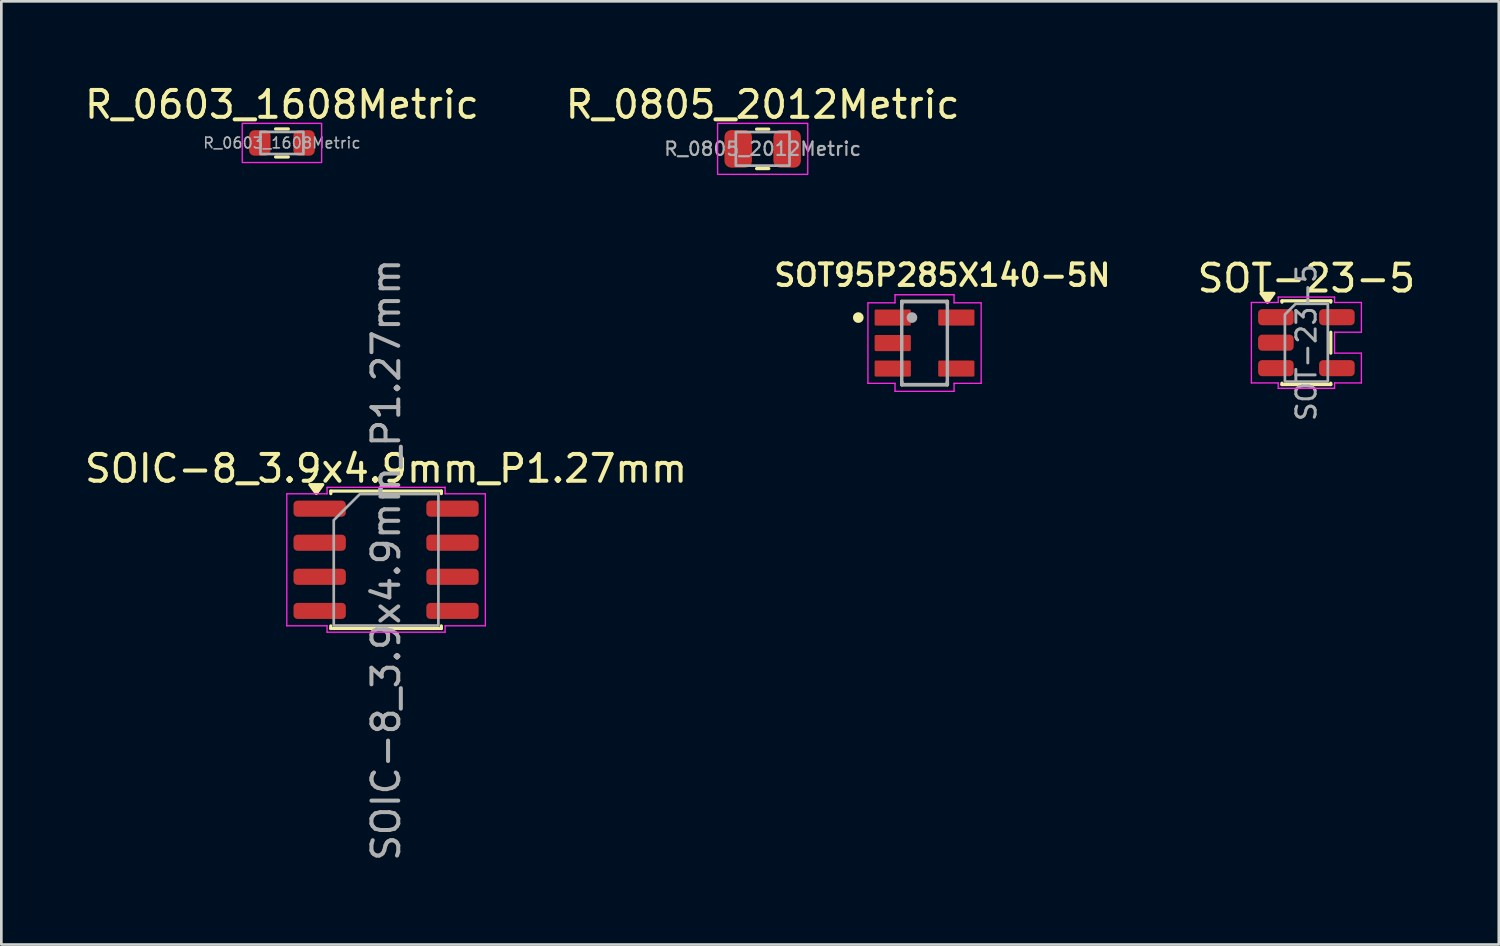
<source format=kicad_pcb>
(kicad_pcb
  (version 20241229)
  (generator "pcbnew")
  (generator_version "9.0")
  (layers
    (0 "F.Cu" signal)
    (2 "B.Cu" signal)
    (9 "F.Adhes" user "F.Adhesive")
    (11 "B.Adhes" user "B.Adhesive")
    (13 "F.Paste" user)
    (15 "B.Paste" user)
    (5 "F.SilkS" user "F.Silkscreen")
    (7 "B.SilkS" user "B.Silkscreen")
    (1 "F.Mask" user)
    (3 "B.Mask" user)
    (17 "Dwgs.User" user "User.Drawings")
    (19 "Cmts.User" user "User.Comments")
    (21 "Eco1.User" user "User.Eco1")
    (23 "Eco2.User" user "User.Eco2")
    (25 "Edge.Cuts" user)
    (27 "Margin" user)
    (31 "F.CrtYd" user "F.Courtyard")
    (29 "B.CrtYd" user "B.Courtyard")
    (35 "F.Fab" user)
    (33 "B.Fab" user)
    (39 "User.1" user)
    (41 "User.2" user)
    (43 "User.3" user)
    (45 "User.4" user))
  (footprint "R_0805_2012Metric"
    (layer "F.Cu")
    (at 25.375 2.498)
    (property "Reference" "R_0805_2012Metric" (at 0 -1.65 0) (layer "F.SilkS") (effects (font (size 1 1) (thickness 0.15))))
    (attr smd)
    (fp_line (start -0.227 -0.735) (end 0.227 -0.735) (stroke (width 0.12) (type solid)) (layer "F.SilkS"))
    (fp_line (start -0.227 0.735) (end 0.227 0.735) (stroke (width 0.12) (type solid)) (layer "F.SilkS"))
    (fp_rect (start -1.68 -0.95) (end 1.68 0.95) (stroke (width 0.05) (type solid)) (fill no) (layer "F.CrtYd"))
    (fp_rect (start -1 -0.625) (end 1 0.625) (stroke (width 0.1) (type solid)) (fill no) (layer "F.Fab"))
    (fp_text user "${REFERENCE}" (at 0 0 0) (layer "F.Fab") (effects (font (size 0.5 0.5) (thickness 0.08))))
    (pad "1" smd roundrect (at -0.912 0) (size 1.025 1.4) (layers "F.Cu" "F.Mask" "F.Paste") (roundrect_rratio 0.244))
    (pad "2" smd roundrect (at 0.912 0) (size 1.025 1.4) (layers "F.Cu" "F.Mask" "F.Paste") (roundrect_rratio 0.244)))
  (footprint "SOT-23-5"
    (layer "F.Cu")
    (at 45.639 9.722)
    (property "Reference" "SOT-23-5" (at 0 -2.4 0) (layer "F.SilkS") (effects (font (size 1 1) (thickness 0.15))))
    (attr smd)
    (fp_line (start -0.91 -1.56) (end 0.91 -1.56) (stroke (width 0.12) (type solid)) (layer "F.SilkS"))
    (fp_line (start -0.91 -1.51) (end -0.91 -1.56) (stroke (width 0.12) (type solid)) (layer "F.SilkS"))
    (fp_line (start -0.91 1.56) (end -0.91 1.51) (stroke (width 0.12) (type solid)) (layer "F.SilkS"))
    (fp_line (start 0.91 -1.56) (end 0.91 -1.51) (stroke (width 0.12) (type solid)) (layer "F.SilkS"))
    (fp_line (start 0.91 -0.39) (end 0.91 0.39) (stroke (width 0.12) (type solid)) (layer "F.SilkS"))
    (fp_line (start 0.91 1.51) (end 0.91 1.56) (stroke (width 0.12) (type solid)) (layer "F.SilkS"))
    (fp_line (start 0.91 1.56) (end -0.91 1.56) (stroke (width 0.12) (type solid)) (layer "F.SilkS"))
    (fp_poly (pts (xy -1.45 -1.51) (xy -1.69 -1.84) (xy -1.21 -1.84)) (stroke (width 0.12) (type solid)) (fill yes) (layer "F.SilkS"))
    (fp_line (start -2.05 -1.5) (end -1.05 -1.5) (stroke (width 0.05) (type solid)) (layer "F.CrtYd"))
    (fp_line (start -2.05 1.5) (end -2.05 -1.5) (stroke (width 0.05) (type solid)) (layer "F.CrtYd"))
    (fp_line (start -1.05 -1.7) (end 1.05 -1.7) (stroke (width 0.05) (type solid)) (layer "F.CrtYd"))
    (fp_line (start -1.05 -1.5) (end -1.05 -1.7) (stroke (width 0.05) (type solid)) (layer "F.CrtYd"))
    (fp_line (start -1.05 1.5) (end -2.05 1.5) (stroke (width 0.05) (type solid)) (layer "F.CrtYd"))
    (fp_line (start -1.05 1.7) (end -1.05 1.5) (stroke (width 0.05) (type solid)) (layer "F.CrtYd"))
    (fp_line (start 1.05 -1.7) (end 1.05 -1.5) (stroke (width 0.05) (type solid)) (layer "F.CrtYd"))
    (fp_line (start 1.05 -1.5) (end 2.05 -1.5) (stroke (width 0.05) (type solid)) (layer "F.CrtYd"))
    (fp_line (start 1.05 -0.39) (end 1.05 0.39) (stroke (width 0.05) (type solid)) (layer "F.CrtYd"))
    (fp_line (start 1.05 0.39) (end 2.05 0.39) (stroke (width 0.05) (type solid)) (layer "F.CrtYd"))
    (fp_line (start 1.05 1.5) (end 1.05 1.7) (stroke (width 0.05) (type solid)) (layer "F.CrtYd"))
    (fp_line (start 1.05 1.7) (end -1.05 1.7) (stroke (width 0.05) (type solid)) (layer "F.CrtYd"))
    (fp_line (start 2.05 -1.5) (end 2.05 -0.39) (stroke (width 0.05) (type solid)) (layer "F.CrtYd"))
    (fp_line (start 2.05 -0.39) (end 1.05 -0.39) (stroke (width 0.05) (type solid)) (layer "F.CrtYd"))
    (fp_line (start 2.05 0.39) (end 2.05 1.5) (stroke (width 0.05) (type solid)) (layer "F.CrtYd"))
    (fp_line (start 2.05 1.5) (end 1.05 1.5) (stroke (width 0.05) (type solid)) (layer "F.CrtYd"))
    (fp_poly (pts (xy -0.4 -1.45) (xy 0.8 -1.45) (xy 0.8 1.45) (xy -0.8 1.45) (xy -0.8 -1.05)) (stroke (width 0.1) (type solid)) (fill no) (layer "F.Fab"))
    (fp_text user "${REFERENCE}" (at 0 0 90) (layer "F.Fab") (effects (font (size 0.72 0.72) (thickness 0.11))))
    (pad "1" smd roundrect (at -1.137 -0.95) (size 1.325 0.6) (layers "F.Cu" "F.Mask" "F.Paste") (roundrect_rratio 0.25))
    (pad "2" smd roundrect (at -1.137 0) (size 1.325 0.6) (layers "F.Cu" "F.Mask" "F.Paste") (roundrect_rratio 0.25))
    (pad "3" smd roundrect (at -1.137 0.95) (size 1.325 0.6) (layers "F.Cu" "F.Mask" "F.Paste") (roundrect_rratio 0.25))
    (pad "4" smd roundrect (at 1.137 0.95) (size 1.325 0.6) (layers "F.Cu" "F.Mask" "F.Paste") (roundrect_rratio 0.25))
    (pad "5" smd roundrect (at 1.137 -0.95) (size 1.325 0.6) (layers "F.Cu" "F.Mask" "F.Paste") (roundrect_rratio 0.25)))
  (footprint "SOIC-8_3.9x4.9mm_P1.27mm"
    (layer "F.Cu")
    (at 11.339 17.813)
    (property "Reference" "SOIC-8_3.9x4.9mm_P1.27mm" (at 0 -3.4 0) (layer "F.SilkS") (effects (font (size 1 1) (thickness 0.15))))
    (attr smd)
    (fp_line (start -2.06 -2.56) (end 2.06 -2.56) (stroke (width 0.12) (type solid)) (layer "F.SilkS"))
    (fp_line (start -2.06 -2.465) (end -2.06 -2.56) (stroke (width 0.12) (type solid)) (layer "F.SilkS"))
    (fp_line (start -2.06 2.56) (end -2.06 2.465) (stroke (width 0.12) (type solid)) (layer "F.SilkS"))
    (fp_line (start 2.06 -2.56) (end 2.06 -2.465) (stroke (width 0.12) (type solid)) (layer "F.SilkS"))
    (fp_line (start 2.06 2.465) (end 2.06 2.56) (stroke (width 0.12) (type solid)) (layer "F.SilkS"))
    (fp_line (start 2.06 2.56) (end -2.06 2.56) (stroke (width 0.12) (type solid)) (layer "F.SilkS"))
    (fp_poly (pts (xy -2.6 -2.47) (xy -2.84 -2.8) (xy -2.36 -2.8)) (stroke (width 0.12) (type solid)) (fill yes) (layer "F.SilkS"))
    (fp_line (start -3.7 -2.46) (end -2.2 -2.46) (stroke (width 0.05) (type solid)) (layer "F.CrtYd"))
    (fp_line (start -3.7 2.46) (end -3.7 -2.46) (stroke (width 0.05) (type solid)) (layer "F.CrtYd"))
    (fp_line (start -2.2 -2.7) (end 2.2 -2.7) (stroke (width 0.05) (type solid)) (layer "F.CrtYd"))
    (fp_line (start -2.2 -2.46) (end -2.2 -2.7) (stroke (width 0.05) (type solid)) (layer "F.CrtYd"))
    (fp_line (start -2.2 2.46) (end -3.7 2.46) (stroke (width 0.05) (type solid)) (layer "F.CrtYd"))
    (fp_line (start -2.2 2.7) (end -2.2 2.46) (stroke (width 0.05) (type solid)) (layer "F.CrtYd"))
    (fp_line (start 2.2 -2.7) (end 2.2 -2.46) (stroke (width 0.05) (type solid)) (layer "F.CrtYd"))
    (fp_line (start 2.2 -2.46) (end 3.7 -2.46) (stroke (width 0.05) (type solid)) (layer "F.CrtYd"))
    (fp_line (start 2.2 2.46) (end 2.2 2.7) (stroke (width 0.05) (type solid)) (layer "F.CrtYd"))
    (fp_line (start 2.2 2.7) (end -2.2 2.7) (stroke (width 0.05) (type solid)) (layer "F.CrtYd"))
    (fp_line (start 3.7 -2.46) (end 3.7 2.46) (stroke (width 0.05) (type solid)) (layer "F.CrtYd"))
    (fp_line (start 3.7 2.46) (end 2.2 2.46) (stroke (width 0.05) (type solid)) (layer "F.CrtYd"))
    (fp_poly (pts (xy -0.975 -2.45) (xy 1.95 -2.45) (xy 1.95 2.45) (xy -1.95 2.45) (xy -1.95 -1.475)) (stroke (width 0.1) (type solid)) (fill no) (layer "F.Fab"))
    (fp_text user "${REFERENCE}" (at 0 0 90) (layer "F.Fab") (effects (font (size 1 1) (thickness 0.15))))
    (pad "1" smd roundrect (at -2.475 -1.905) (size 1.95 0.6) (layers "F.Cu" "F.Mask" "F.Paste") (roundrect_rratio 0.25))
    (pad "2" smd roundrect (at -2.475 -0.635) (size 1.95 0.6) (layers "F.Cu" "F.Mask" "F.Paste") (roundrect_rratio 0.25))
    (pad "3" smd roundrect (at -2.475 0.635) (size 1.95 0.6) (layers "F.Cu" "F.Mask" "F.Paste") (roundrect_rratio 0.25))
    (pad "4" smd roundrect (at -2.475 1.905) (size 1.95 0.6) (layers "F.Cu" "F.Mask" "F.Paste") (roundrect_rratio 0.25))
    (pad "5" smd roundrect (at 2.475 1.905) (size 1.95 0.6) (layers "F.Cu" "F.Mask" "F.Paste") (roundrect_rratio 0.25))
    (pad "6" smd roundrect (at 2.475 0.635) (size 1.95 0.6) (layers "F.Cu" "F.Mask" "F.Paste") (roundrect_rratio 0.25))
    (pad "7" smd roundrect (at 2.475 -0.635) (size 1.95 0.6) (layers "F.Cu" "F.Mask" "F.Paste") (roundrect_rratio 0.25))
    (pad "8" smd roundrect (at 2.475 -1.905) (size 1.95 0.6) (layers "F.Cu" "F.Mask" "F.Paste") (roundrect_rratio 0.25)))
  (footprint "R_0603_1608Metric"
    (layer "F.Cu")
    (at 7.458 2.278)
    (property "Reference" "R_0603_1608Metric" (at 0 -1.43 0) (layer "F.SilkS") (effects (font (size 1 1) (thickness 0.15))))
    (attr smd)
    (fp_line (start -0.237 -0.522) (end 0.237 -0.522) (stroke (width 0.12) (type solid)) (layer "F.SilkS"))
    (fp_line (start -0.237 0.522) (end 0.237 0.522) (stroke (width 0.12) (type solid)) (layer "F.SilkS"))
    (fp_rect (start -1.48 -0.73) (end 1.48 0.73) (stroke (width 0.05) (type solid)) (fill no) (layer "F.CrtYd"))
    (fp_rect (start -0.8 -0.412) (end 0.8 0.412) (stroke (width 0.1) (type solid)) (fill no) (layer "F.Fab"))
    (fp_text user "${REFERENCE}" (at 0 0 0) (layer "F.Fab") (effects (font (size 0.4 0.4) (thickness 0.06))))
    (pad "1" smd roundrect (at -0.825 0) (size 0.8 0.95) (layers "F.Cu" "F.Mask" "F.Paste") (roundrect_rratio 0.25))
    (pad "2" smd roundrect (at 0.825 0) (size 0.8 0.95) (layers "F.Cu" "F.Mask" "F.Paste") (roundrect_rratio 0.25)))
  (footprint "SOT95P285X140-5N"
    (layer "F.Cu")
    (at 31.408 9.736)
    (property "Reference" "SOT95P285X140-5N" (at 0.664 -2.53 0) (layer "F.SilkS") (effects (font (size 0.803 0.803) (thickness 0.15))))
    (attr smd)
    (fp_line (start -0.85 -1.55) (end -0.85 -1.45) (stroke (width 0.127) (type solid)) (layer "F.SilkS"))
    (fp_line (start -0.85 1.55) (end -0.85 1.45) (stroke (width 0.127) (type solid)) (layer "F.SilkS"))
    (fp_line (start 0.85 -1.55) (end -0.85 -1.55) (stroke (width 0.127) (type solid)) (layer "F.SilkS"))
    (fp_line (start 0.85 -1.55) (end 0.85 -1.45) (stroke (width 0.127) (type solid)) (layer "F.SilkS"))
    (fp_line (start 0.85 1.55) (end -0.85 1.55) (stroke (width 0.127) (type solid)) (layer "F.SilkS"))
    (fp_line (start 0.85 1.55) (end 0.85 1.45) (stroke (width 0.127) (type solid)) (layer "F.SilkS"))
    (fp_circle (center -2.469 -0.95) (end -2.369 -0.95) (stroke (width 0.2) (type solid)) (fill no) (layer "F.SilkS"))
    (fp_line (start -2.11 -1.5) (end -2.11 1.5) (stroke (width 0.05) (type solid)) (layer "F.CrtYd"))
    (fp_line (start -2.11 1.5) (end -1.1 1.5) (stroke (width 0.05) (type solid)) (layer "F.CrtYd"))
    (fp_line (start -1.1 -1.8) (end -1.1 -1.5) (stroke (width 0.05) (type solid)) (layer "F.CrtYd"))
    (fp_line (start -1.1 -1.5) (end -2.11 -1.5) (stroke (width 0.05) (type solid)) (layer "F.CrtYd"))
    (fp_line (start -1.1 1.5) (end -1.1 1.8) (stroke (width 0.05) (type solid)) (layer "F.CrtYd"))
    (fp_line (start -1.1 1.8) (end 1.1 1.8) (stroke (width 0.05) (type solid)) (layer "F.CrtYd"))
    (fp_line (start 1.1 -1.8) (end -1.1 -1.8) (stroke (width 0.05) (type solid)) (layer "F.CrtYd"))
    (fp_line (start 1.1 -1.5) (end 1.1 -1.8) (stroke (width 0.05) (type solid)) (layer "F.CrtYd"))
    (fp_line (start 1.1 1.5) (end 2.11 1.5) (stroke (width 0.05) (type solid)) (layer "F.CrtYd"))
    (fp_line (start 1.1 1.8) (end 1.1 1.5) (stroke (width 0.05) (type solid)) (layer "F.CrtYd"))
    (fp_line (start 2.11 -1.5) (end 1.1 -1.5) (stroke (width 0.05) (type solid)) (layer "F.CrtYd"))
    (fp_line (start 2.11 1.5) (end 2.11 -1.5) (stroke (width 0.05) (type solid)) (layer "F.CrtYd"))
    (fp_line (start -0.85 -1.55) (end 0.85 -1.55) (stroke (width 0.127) (type solid)) (layer "F.Fab"))
    (fp_line (start -0.85 1.55) (end -0.85 -1.55) (stroke (width 0.127) (type solid)) (layer "F.Fab"))
    (fp_line (start 0.85 -1.55) (end 0.85 1.55) (stroke (width 0.127) (type solid)) (layer "F.Fab"))
    (fp_line (start 0.85 1.55) (end -0.85 1.55) (stroke (width 0.127) (type solid)) (layer "F.Fab"))
    (fp_circle (center -0.469 -0.95) (end -0.369 -0.95) (stroke (width 0.2) (type solid)) (fill no) (layer "F.Fab"))
    (pad "1" smd roundrect (at -1.185 -0.95) (size 1.35 0.6) (layers "F.Cu" "F.Mask" "F.Paste") (roundrect_rratio 0.075))
    (pad "2" smd roundrect (at -1.185 0) (size 1.35 0.6) (layers "F.Cu" "F.Mask" "F.Paste") (roundrect_rratio 0.075))
    (pad "3" smd roundrect (at -1.185 0.95) (size 1.35 0.6) (layers "F.Cu" "F.Mask" "F.Paste") (roundrect_rratio 0.075))
    (pad "4" smd roundrect (at 1.185 0.95) (size 1.35 0.6) (layers "F.Cu" "F.Mask" "F.Paste") (roundrect_rratio 0.075))
    (pad "5" smd roundrect (at 1.185 -0.95) (size 1.35 0.6) (layers "F.Cu" "F.Mask" "F.Paste") (roundrect_rratio 0.075)))
  (gr_rect
    (start -3 -3)
    (end 52.811 32.152)
    (stroke (width 0.1) (type default))
    (fill no)
    (layer "Edge.Cuts")))
</source>
